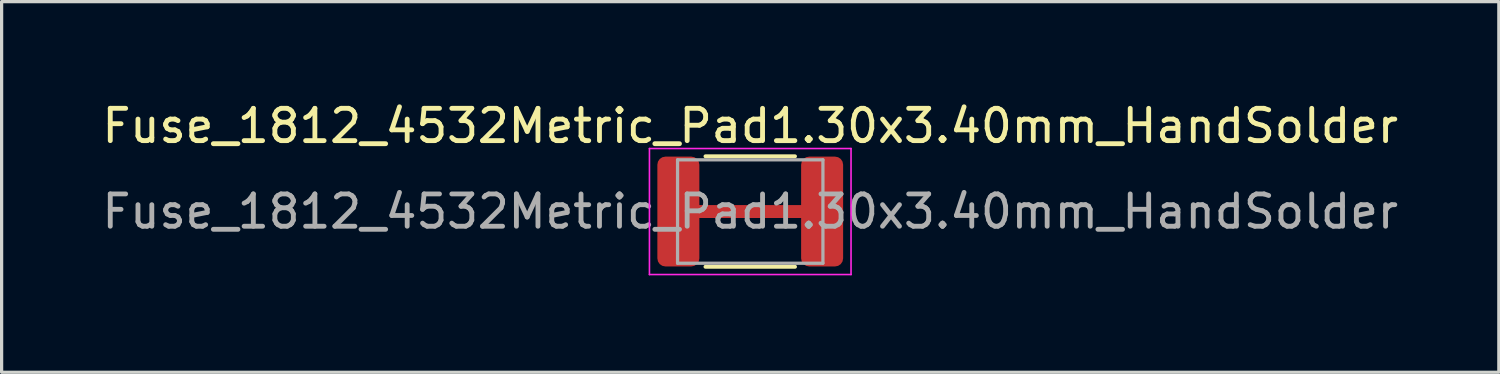
<source format=kicad_pcb>
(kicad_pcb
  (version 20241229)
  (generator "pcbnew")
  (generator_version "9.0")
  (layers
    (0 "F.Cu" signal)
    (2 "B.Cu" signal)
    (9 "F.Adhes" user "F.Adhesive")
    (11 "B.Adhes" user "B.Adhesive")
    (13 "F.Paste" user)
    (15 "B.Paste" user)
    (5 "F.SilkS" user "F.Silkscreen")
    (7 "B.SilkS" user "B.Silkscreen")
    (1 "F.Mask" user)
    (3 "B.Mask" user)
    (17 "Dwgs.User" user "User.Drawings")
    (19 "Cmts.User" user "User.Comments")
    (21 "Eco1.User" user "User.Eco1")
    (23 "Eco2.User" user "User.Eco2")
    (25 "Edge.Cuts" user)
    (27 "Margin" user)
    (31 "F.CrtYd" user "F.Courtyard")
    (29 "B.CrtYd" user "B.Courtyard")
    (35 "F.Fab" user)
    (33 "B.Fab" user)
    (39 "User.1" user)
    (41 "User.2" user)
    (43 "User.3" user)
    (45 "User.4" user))
  (footprint "Fuse_1812_4532Metric_Pad1.30x3.40mm_HandSolder"
    (layer "F.Cu")
    (at 20.173 3.498)
    (property "Reference" "Fuse_1812_4532Metric_Pad1.30x3.40mm_HandSolder" (at 0 -2.65 0) (layer "F.SilkS") (effects (font (size 1 1) (thickness 0.15))))
    (attr smd)
    (fp_poly (pts (xy 1.7 0.2) (xy -1.7 0.2) (xy -1.7 -0.2) (xy 1.7 -0.2)) (stroke (width 0) (type solid)) (fill yes) (layer "F.Cu"))
    (fp_line (start -1.386 -1.71) (end 1.386 -1.71) (stroke (width 0.12) (type solid)) (layer "F.SilkS"))
    (fp_line (start -1.386 1.71) (end 1.386 1.71) (stroke (width 0.12) (type solid)) (layer "F.SilkS"))
    (fp_line (start -3.12 -1.95) (end 3.12 -1.95) (stroke (width 0.05) (type solid)) (layer "F.CrtYd"))
    (fp_line (start -3.12 1.95) (end -3.12 -1.95) (stroke (width 0.05) (type solid)) (layer "F.CrtYd"))
    (fp_line (start 3.12 -1.95) (end 3.12 1.95) (stroke (width 0.05) (type solid)) (layer "F.CrtYd"))
    (fp_line (start 3.12 1.95) (end -3.12 1.95) (stroke (width 0.05) (type solid)) (layer "F.CrtYd"))
    (fp_line (start -2.25 -1.6) (end 2.25 -1.6) (stroke (width 0.1) (type solid)) (layer "F.Fab"))
    (fp_line (start -2.25 1.6) (end -2.25 -1.6) (stroke (width 0.1) (type solid)) (layer "F.Fab"))
    (fp_line (start 2.25 -1.6) (end 2.25 1.6) (stroke (width 0.1) (type solid)) (layer "F.Fab"))
    (fp_line (start 2.25 1.6) (end -2.25 1.6) (stroke (width 0.1) (type solid)) (layer "F.Fab"))
    (fp_text user "${REFERENCE}" (at 0 0 0) (layer "F.Fab") (effects (font (size 1 1) (thickness 0.15))))
    (pad "1" smd roundrect (at -2.225 0) (size 1.3 3.4) (layers "F.Cu" "F.Mask" "F.Paste") (roundrect_rratio 0.192))
    (pad "2" smd roundrect (at 2.225 0) (size 1.3 3.4) (layers "F.Cu" "F.Mask" "F.Paste") (roundrect_rratio 0.192)))
  (gr_rect
    (start -3 -3)
    (end 43.345 8.473)
    (stroke (width 0.1) (type default))
    (fill no)
    (layer "Edge.Cuts")))
</source>
